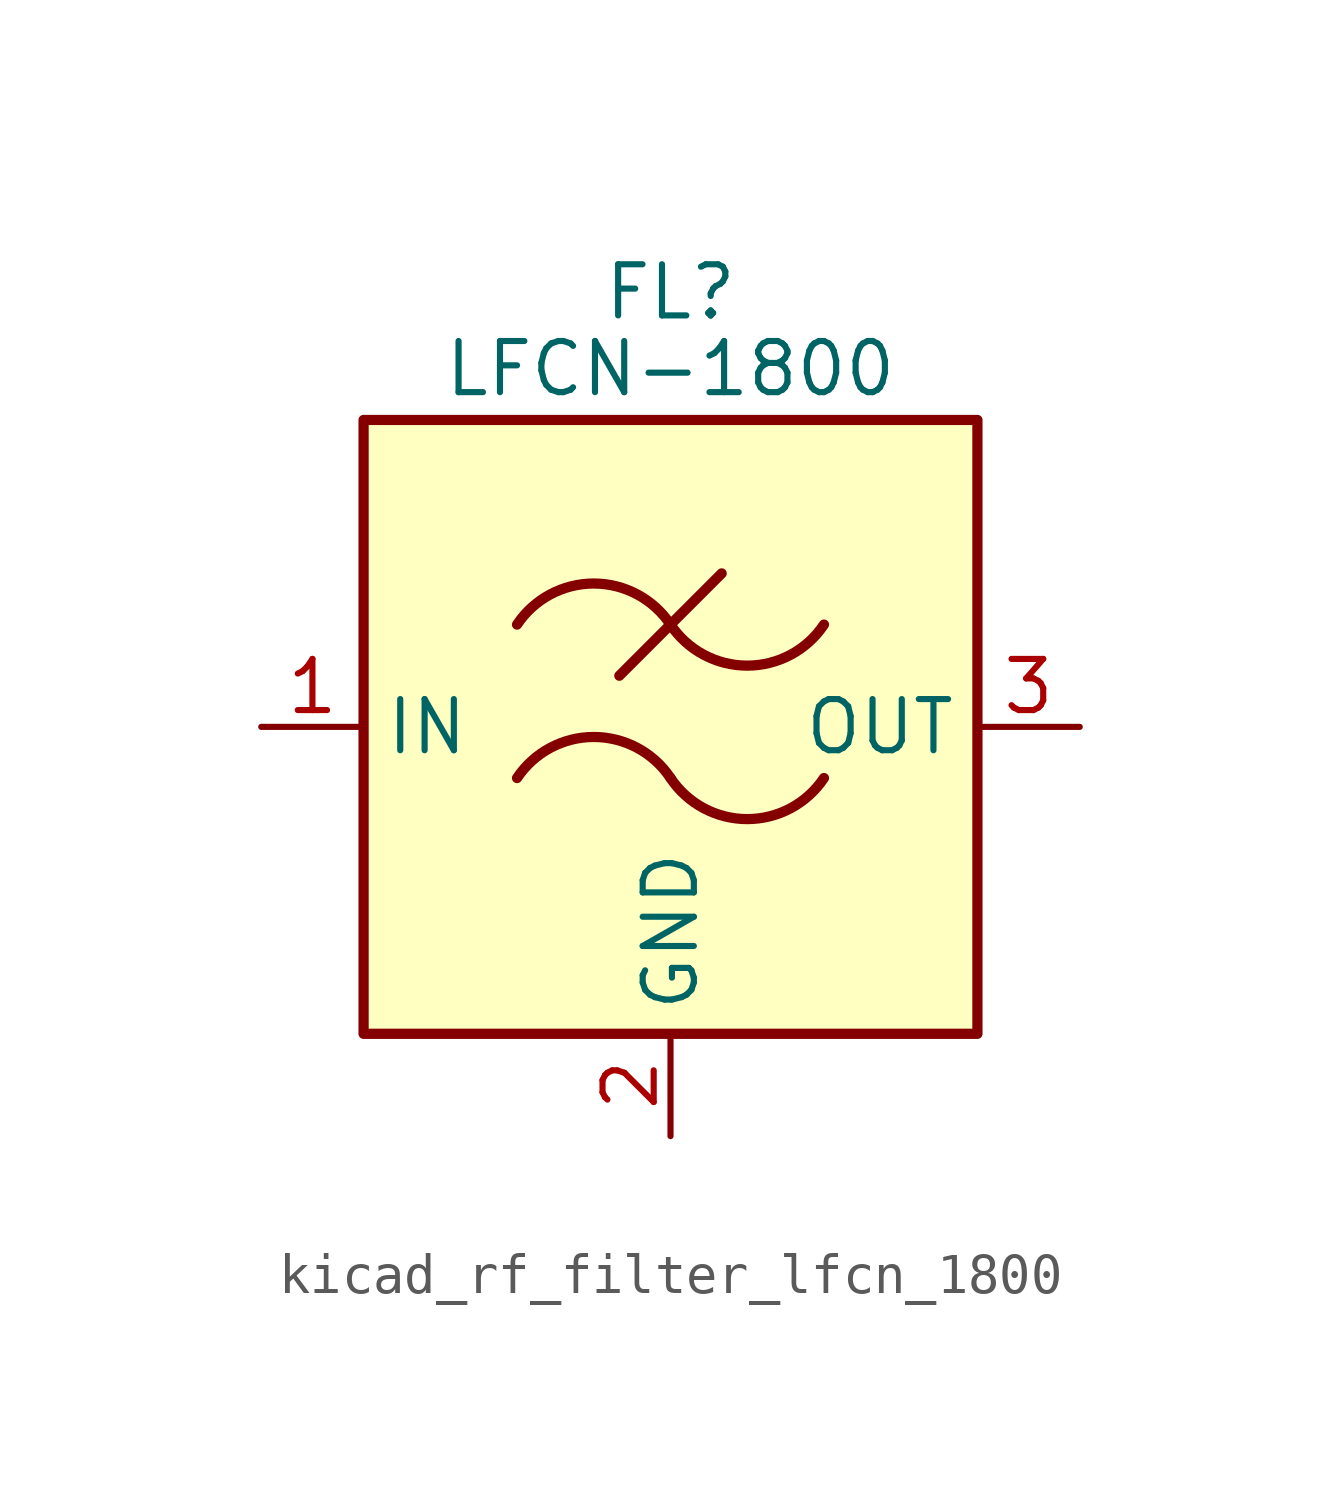
<source format=kicad_sym>
(kicad_symbol_lib
  (version 20220914)
  (generator kicad_symbol_editor)
  (symbol "kicad_rf_filter_lfcn_1800"
    (property "Reference" "FL"
      (at 0 10.795 0)
      (effects (font (size 1.27 1.27))))
    (property "Value" "LFCN-1800"
      (at 0 8.89 0)
      (effects (font (size 1.27 1.27))))
    (symbol "kicad_rf_filter_lfcn_1800_0_1"
      (rectangle (start -7.62 7.62) (end 7.62 -7.62) (stroke (width 0.254) (type default)) (fill (type background)))
      (arc (start 0 -1.27) (mid -1.905 -0.2505) (end -3.81 -1.27) (stroke (width 0.254) (type default)) (fill (type none)))
      (arc (start 0 -1.27) (mid 1.905 -2.2895) (end 3.81 -1.27) (stroke (width 0.254) (type default)) (fill (type none)))
      (polyline (pts (xy -1.27 1.27) (xy 1.27 3.81)) (stroke (width 0.254) (type default)) (fill (type none)))
      (arc (start 0 2.54) (mid -1.905 3.5595) (end -3.81 2.54) (stroke (width 0.254) (type default)) (fill (type none)))
      (arc (start 0 2.54) (mid 1.905 1.5205) (end 3.81 2.54) (stroke (width 0.254) (type default)) (fill (type none))))
    (symbol "kicad_rf_filter_lfcn_1800_1_1"
      (pin passive line (at -10.16 0 0) (length 2.54) (name "IN" (effects (font (size 1.27 1.27)))) (number "1" (effects (font (size 1.27 1.27)))))
      (pin passive line (at 0 -10.16 90) (length 2.54) (name "GND" (effects (font (size 1.27 1.27)))) (number "2" (effects (font (size 1.27 1.27)))))
      (pin passive line (at 10.16 0 180) (length 2.54) (name "OUT" (effects (font (size 1.27 1.27)))) (number "3" (effects (font (size 1.27 1.27)))))
      (pin passive line (at 0 -10.16 90) (length 2.54) hide (name "GND" (effects (font (size 1.27 1.27)))) (number "4" (effects (font (size 1.27 1.27))))))))
</source>
